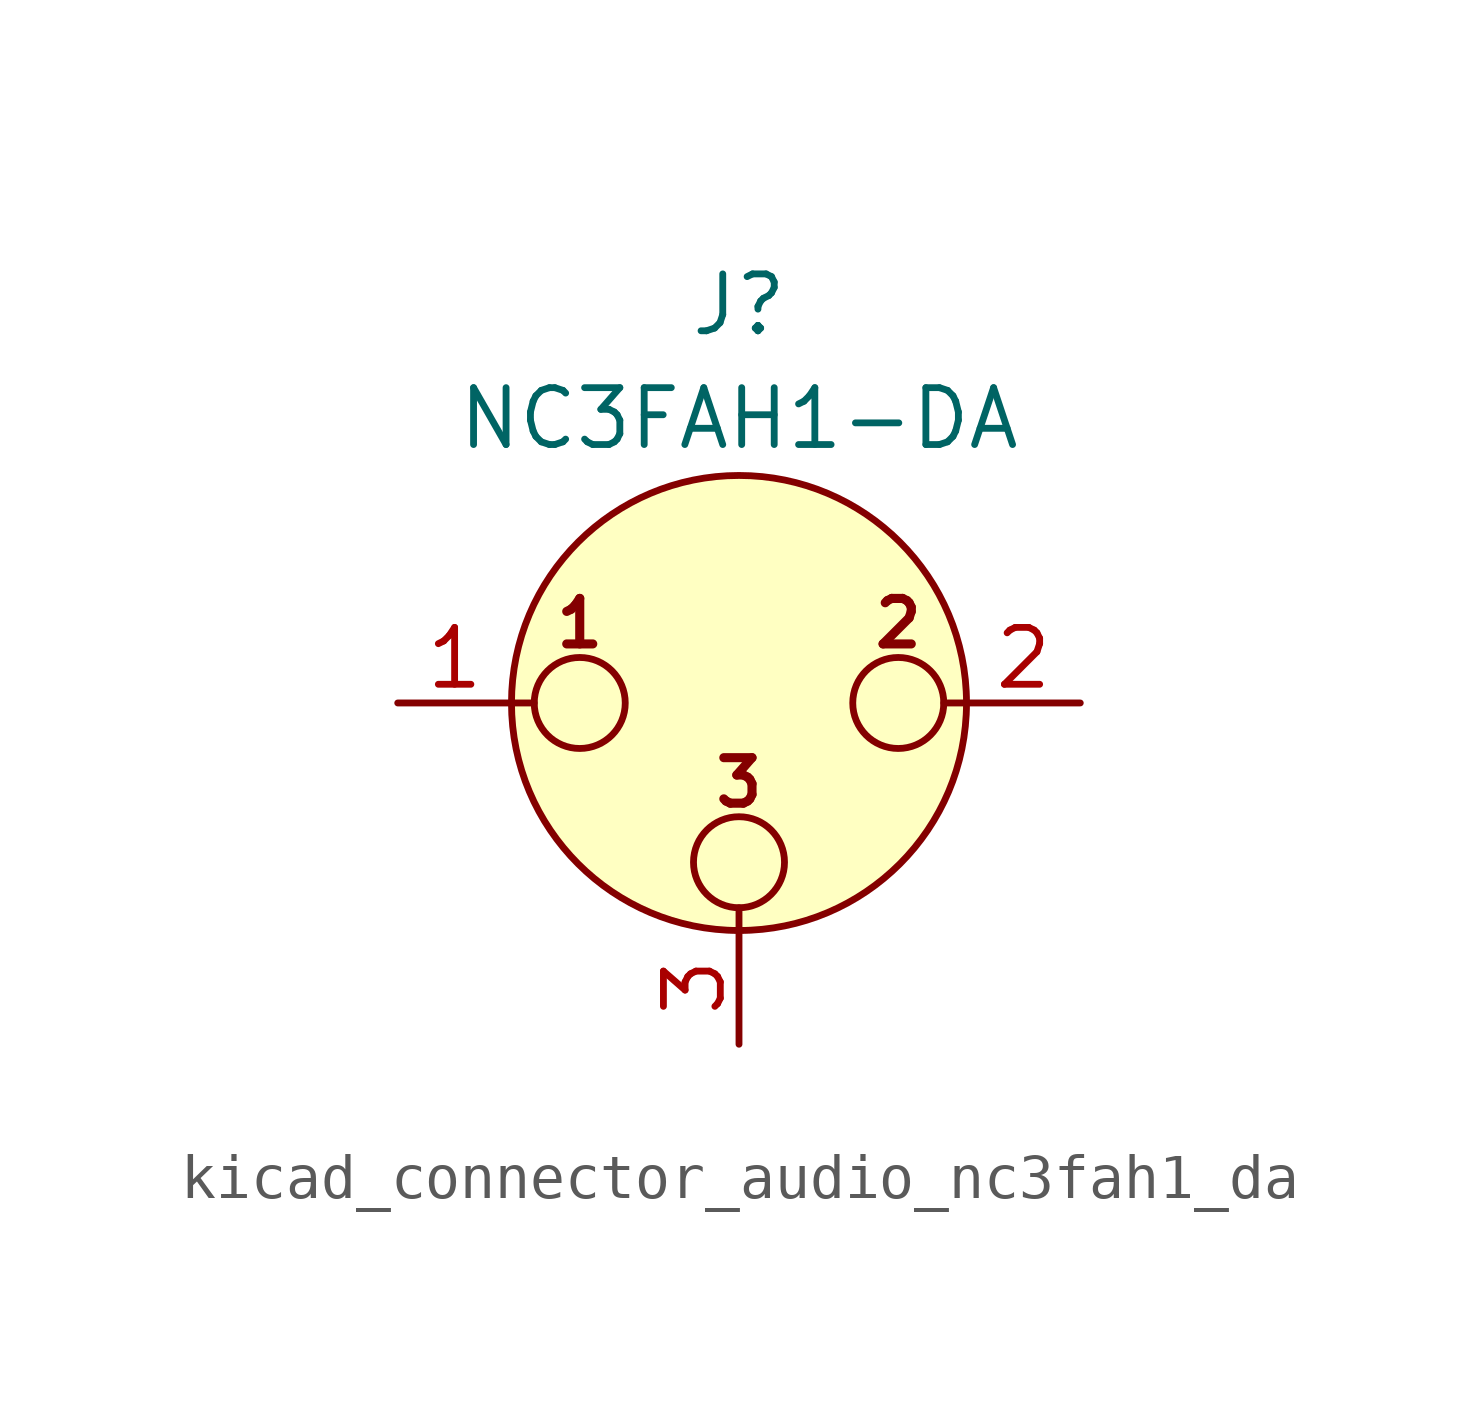
<source format=kicad_sym>
(kicad_symbol_lib
  (version 20220914)
  (generator kicad_symbol_editor)
  (symbol "kicad_connector_audio_nc3fah1_da"
    (pin_names hide)
    (property "Reference" "J"
      (at 0 8.89 0)
      (effects (font (size 1.27 1.27))))
    (property "Value" "NC3FAH1-DA"
      (at 0 6.35 0)
      (effects (font (size 1.27 1.27))))
    (symbol "kicad_connector_audio_nc3fah1_da_0_1"
      (circle (center -3.556 0) (radius 1.016) (stroke (width 0) (type default)) (fill (type none)))
      (circle (center 0 -3.556) (radius 1.016) (stroke (width 0) (type default)) (fill (type none)))
      (polyline (pts (xy -5.08 0) (xy -4.572 0)) (stroke (width 0) (type default)) (fill (type none)))
      (polyline (pts (xy 0 -5.08) (xy 0 -4.572)) (stroke (width 0) (type default)) (fill (type none)))
      (polyline (pts (xy 5.08 0) (xy 4.572 0)) (stroke (width 0) (type default)) (fill (type none)))
      (circle (center 0 0) (radius 5.08) (stroke (width 0) (type default)) (fill (type background)))
      (circle (center 3.556 0) (radius 1.016) (stroke (width 0) (type default)) (fill (type none)))
      (text "1" (at -3.556 1.778 0) (effects (font (size 1.016 1.016) bold)))
      (text "2" (at 3.556 1.778 0) (effects (font (size 1.016 1.016) bold)))
      (text "3" (at 0 -1.778 0) (effects (font (size 1.016 1.016) bold)))
      (pin passive line (at -7.62 0 0) (length 2.54) (name "~" (effects (font (size 1.27 1.27)))) (number "1" (effects (font (size 1.27 1.27)))))
      (pin passive line (at 7.62 0 180) (length 2.54) (name "~" (effects (font (size 1.27 1.27)))) (number "2" (effects (font (size 1.27 1.27)))))
      (pin passive line (at 0 -7.62 90) (length 2.54) (name "~" (effects (font (size 1.27 1.27)))) (number "3" (effects (font (size 1.27 1.27))))))))
</source>
